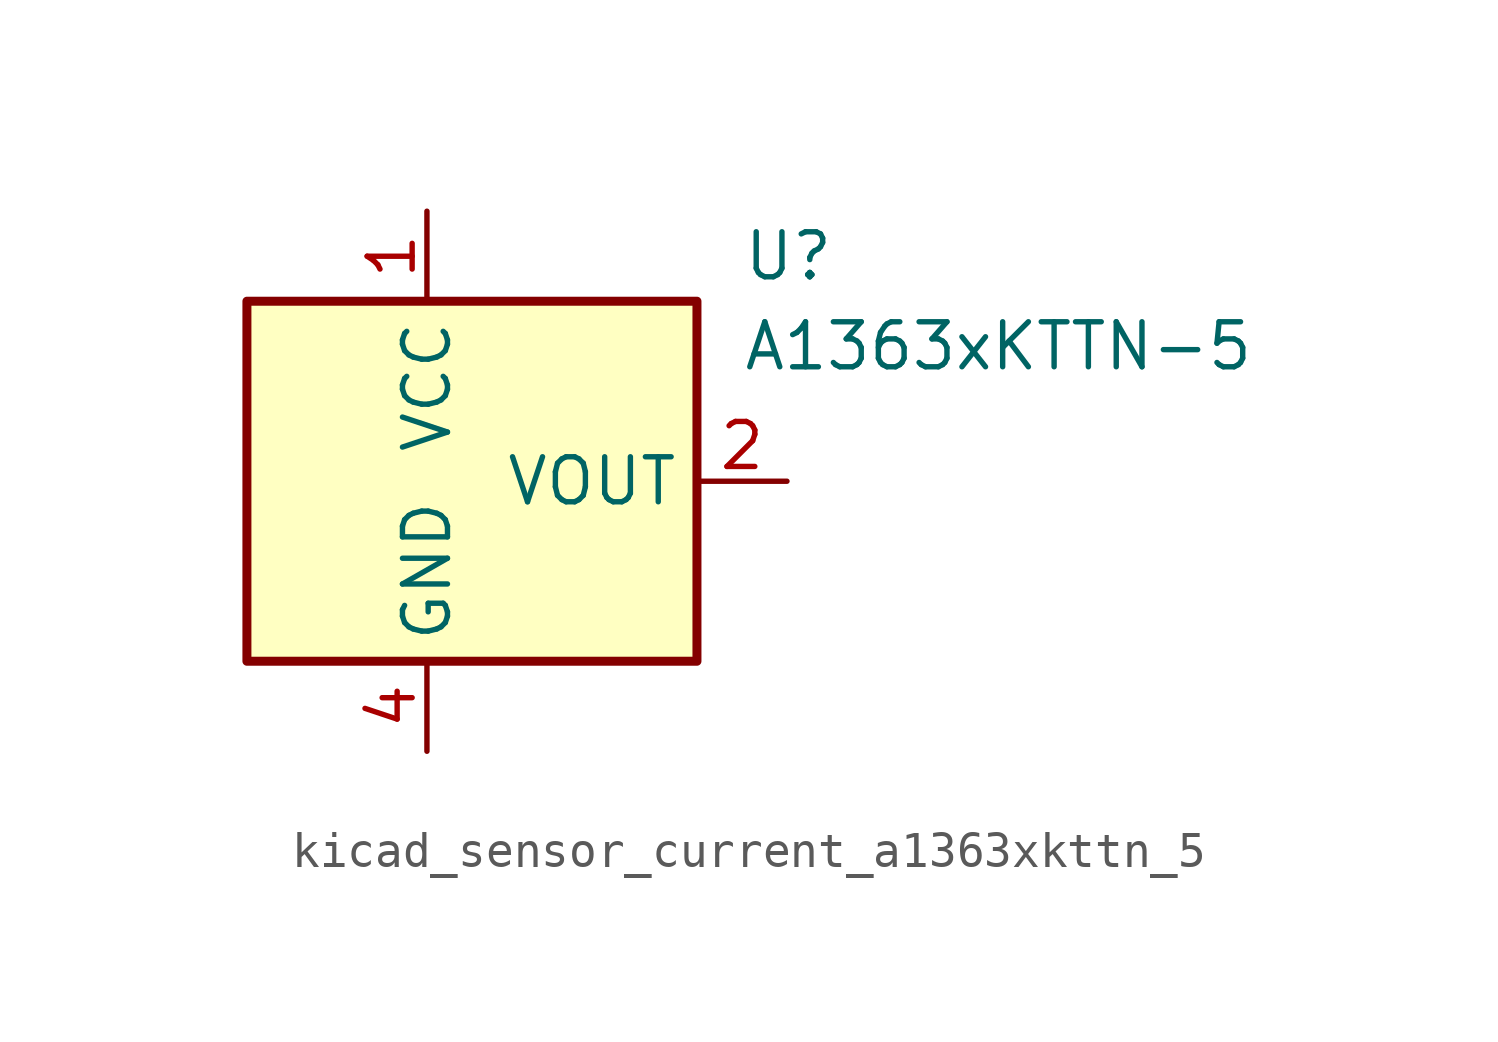
<source format=kicad_sym>
(kicad_symbol_lib
  (version 20220914)
  (generator kicad_symbol_editor)
  (symbol "kicad_sensor_current_a1363xkttn_5"
    (property "Reference" "U"
      (at 8.89 6.35 0)
      (effects (font (size 1.27 1.27)) (justify left)))
    (property "Value" "A1363xKTTN-5"
      (at 8.89 3.81 0)
      (effects (font (size 1.27 1.27)) (justify left)))
    (symbol "kicad_sensor_current_a1363xkttn_5_0_1"
      (rectangle (start -5.08 5.08) (end 7.62 -5.08) (stroke (width 0.254) (type default)) (fill (type background))))
    (symbol "kicad_sensor_current_a1363xkttn_5_1_1"
      (pin power_in line (at 0 7.62 270) (length 2.54) (name "VCC" (effects (font (size 1.27 1.27)))) (number "1" (effects (font (size 1.27 1.27)))))
      (pin output line (at 10.16 0 180) (length 2.54) (name "VOUT" (effects (font (size 1.27 1.27)))) (number "2" (effects (font (size 1.27 1.27)))))
      (pin no_connect line (at 7.62 -2.54 180) (length 2.54) hide (name "NC" (effects (font (size 1.27 1.27)))) (number "3" (effects (font (size 1.27 1.27)))))
      (pin power_in line (at 0 -7.62 90) (length 2.54) (name "GND" (effects (font (size 1.27 1.27)))) (number "4" (effects (font (size 1.27 1.27))))))))
</source>
